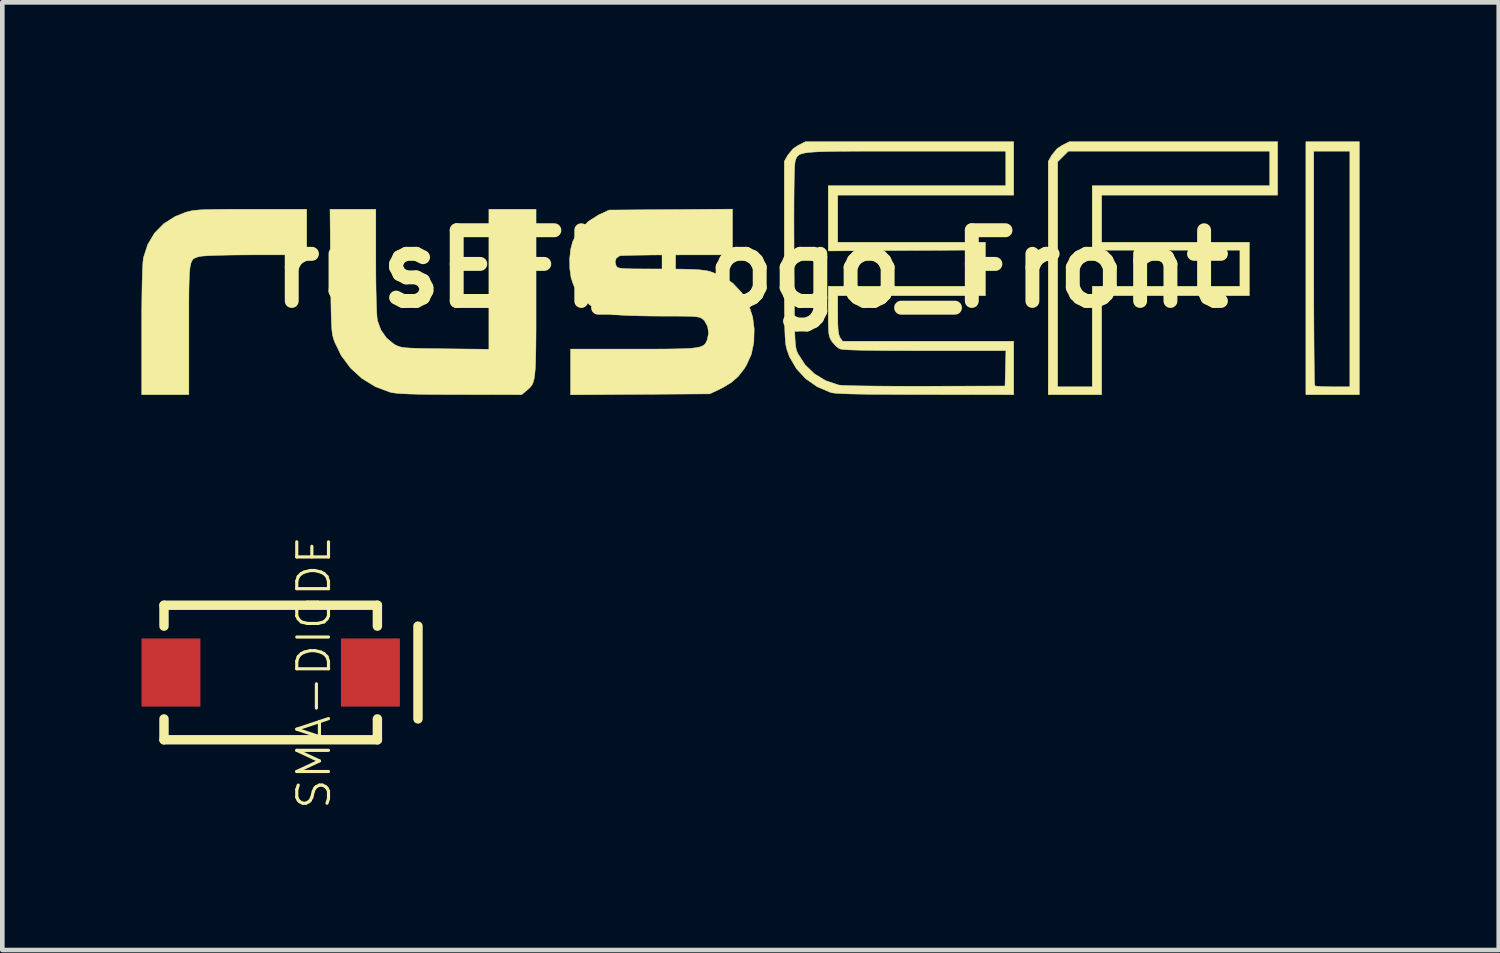
<source format=kicad_pcb>
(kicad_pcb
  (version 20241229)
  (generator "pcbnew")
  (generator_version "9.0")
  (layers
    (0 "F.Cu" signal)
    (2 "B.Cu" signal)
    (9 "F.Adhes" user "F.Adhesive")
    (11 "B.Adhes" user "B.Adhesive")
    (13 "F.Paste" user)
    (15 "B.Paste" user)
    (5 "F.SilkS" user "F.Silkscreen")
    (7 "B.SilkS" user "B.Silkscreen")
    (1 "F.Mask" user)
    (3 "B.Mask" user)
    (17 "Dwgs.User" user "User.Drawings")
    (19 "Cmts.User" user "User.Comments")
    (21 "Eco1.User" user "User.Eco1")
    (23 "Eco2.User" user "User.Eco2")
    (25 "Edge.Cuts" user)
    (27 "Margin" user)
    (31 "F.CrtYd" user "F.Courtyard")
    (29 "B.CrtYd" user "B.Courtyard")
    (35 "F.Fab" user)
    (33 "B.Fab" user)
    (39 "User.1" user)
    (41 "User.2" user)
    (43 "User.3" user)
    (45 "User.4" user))
  (footprint "rusEFI_Logo_Front"
    (layer "F.Cu")
    (at 13.145 2.748)
    (property "Reference" "rusEFI_Logo_Front" (at 0 0 0) (layer "F.SilkS") (effects (font (size 1.524 1.524) (thickness 0.3))))
    (attr through_hole)
    (fp_poly (pts (xy 13.106 2.709) (xy 11.955 2.709) (xy 11.955 -2.54) (xy 12.124 -2.54) (xy 12.124 -0.023) (xy 12.125 0.384) (xy 12.125 0.772) (xy 12.127 1.134) (xy 12.129 1.465) (xy 12.131 1.761) (xy 12.134 2.016) (xy 12.136 2.224) (xy 12.14 2.381) (xy 12.143 2.48) (xy 12.147 2.517) (xy 12.147 2.517) (xy 12.188 2.527) (xy 12.282 2.534) (xy 12.414 2.539) (xy 12.536 2.54) (xy 12.903 2.54) (xy 12.903 -2.54) (xy 12.124 -2.54) (xy 11.955 -2.54) (xy 11.955 -2.743) (xy 13.106 -2.743) (xy 13.106 2.709)) (stroke (width 0.01) (type solid)) (fill yes) (layer "F.SilkS"))
    (fp_poly (pts (xy 11.345 -1.592) (xy 7.552 -1.592) (xy 7.552 -0.576) (xy 10.736 -0.576) (xy 10.736 0.576) (xy 7.552 0.576) (xy 7.552 2.709) (xy 6.401 2.709) (xy 6.402 -2.31) (xy 6.604 -2.31) (xy 6.604 2.54) (xy 7.349 2.54) (xy 7.349 0.373) (xy 10.533 0.373) (xy 10.533 -0.406) (xy 7.349 -0.406) (xy 7.349 -1.795) (xy 11.176 -1.795) (xy 11.176 -2.54) (xy 6.834 -2.54) (xy 6.719 -2.425) (xy 6.604 -2.31) (xy 6.402 -2.31) (xy 6.402 -2.32) (xy 6.478 -2.455) (xy 6.594 -2.595) (xy 6.704 -2.667) (xy 6.855 -2.743) (xy 11.345 -2.743) (xy 11.345 -1.592)) (stroke (width 0.01) (type solid)) (fill yes) (layer "F.SilkS"))
    (fp_poly (pts (xy -9.584 -0.305) (xy -10.676 -0.305) (xy -10.981 -0.303) (xy -11.254 -0.3) (xy -11.488 -0.295) (xy -11.677 -0.288) (xy -11.814 -0.28) (xy -11.89 -0.271) (xy -11.895 -0.269) (xy -11.949 -0.254) (xy -11.994 -0.237) (xy -12.031 -0.213) (xy -12.06 -0.175) (xy -12.082 -0.117) (xy -12.099 -0.033) (xy -12.11 0.082) (xy -12.117 0.236) (xy -12.122 0.433) (xy -12.124 0.681) (xy -12.124 0.985) (xy -12.124 1.311) (xy -12.124 2.709) (xy -13.14 2.709) (xy -13.14 1.322) (xy -13.139 0.917) (xy -13.136 0.567) (xy -13.131 0.276) (xy -13.124 0.044) (xy -13.115 -0.125) (xy -13.105 -0.23) (xy -13.102 -0.244) (xy -13.01 -0.528) (xy -12.864 -0.773) (xy -12.666 -0.975) (xy -12.418 -1.132) (xy -12.189 -1.223) (xy -12.128 -1.24) (xy -12.063 -1.254) (xy -11.987 -1.265) (xy -11.89 -1.273) (xy -11.765 -1.279) (xy -11.605 -1.283) (xy -11.402 -1.285) (xy -11.148 -1.287) (xy -10.835 -1.287) (xy -10.784 -1.287) (xy -9.584 -1.287) (xy -9.584 -0.305)) (stroke (width 0.01) (type solid)) (fill yes) (layer "F.SilkS"))
    (fp_poly (pts (xy -8.094 -0.171) (xy -8.093 0.145) (xy -8.09 0.429) (xy -8.084 0.675) (xy -8.077 0.875) (xy -8.069 1.023) (xy -8.059 1.11) (xy -8.058 1.114) (xy -7.985 1.315) (xy -7.862 1.489) (xy -7.705 1.619) (xy -7.68 1.633) (xy -7.634 1.656) (xy -7.588 1.674) (xy -7.532 1.688) (xy -7.457 1.698) (xy -7.356 1.705) (xy -7.219 1.711) (xy -7.038 1.715) (xy -6.804 1.718) (xy -6.596 1.721) (xy -5.656 1.731) (xy -5.656 -1.287) (xy -4.64 -1.287) (xy -4.64 0.509) (xy -4.64 0.92) (xy -4.64 1.268) (xy -4.642 1.561) (xy -4.645 1.802) (xy -4.65 1.998) (xy -4.657 2.154) (xy -4.668 2.276) (xy -4.682 2.369) (xy -4.701 2.44) (xy -4.724 2.494) (xy -4.753 2.535) (xy -4.787 2.571) (xy -4.827 2.606) (xy -4.841 2.618) (xy -4.95 2.709) (xy -6.276 2.707) (xy -6.635 2.706) (xy -6.931 2.704) (xy -7.173 2.7) (xy -7.367 2.695) (xy -7.518 2.689) (xy -7.634 2.68) (xy -7.72 2.669) (xy -7.784 2.656) (xy -7.786 2.656) (xy -8.106 2.536) (xy -8.393 2.36) (xy -8.64 2.134) (xy -8.84 1.865) (xy -8.982 1.572) (xy -9.001 1.519) (xy -9.016 1.465) (xy -9.029 1.405) (xy -9.039 1.329) (xy -9.046 1.232) (xy -9.053 1.106) (xy -9.057 0.944) (xy -9.061 0.738) (xy -9.064 0.481) (xy -9.067 0.167) (xy -9.069 0.042) (xy -9.081 -1.287) (xy -8.094 -1.287) (xy -8.094 -0.171)) (stroke (width 0.01) (type solid)) (fill yes) (layer "F.SilkS"))
    (fp_poly (pts (xy -0.406 -0.305) (xy -1.583 -0.304) (xy -1.862 -0.304) (xy -2.121 -0.302) (xy -2.353 -0.299) (xy -2.549 -0.296) (xy -2.701 -0.292) (xy -2.8 -0.288) (xy -2.835 -0.284) (xy -2.91 -0.234) (xy -2.936 -0.152) (xy -2.913 -0.069) (xy -2.9 -0.048) (xy -2.878 -0.032) (xy -2.842 -0.02) (xy -2.782 -0.011) (xy -2.69 -0.006) (xy -2.56 -0.002) (xy -2.382 -0.001) (xy -2.149 -0.000049) (xy -1.987 0) (xy -1.691 0.001) (xy -1.455 0.004) (xy -1.268 0.01) (xy -1.123 0.018) (xy -1.011 0.03) (xy -0.923 0.046) (xy -0.896 0.052) (xy -0.625 0.156) (xy -0.393 0.312) (xy -0.203 0.516) (xy -0.061 0.76) (xy 0.03 1.04) (xy 0.062 1.29) (xy 0.054 1.584) (xy -0.000218 1.842) (xy -0.106 2.075) (xy -0.157 2.157) (xy -0.284 2.318) (xy -0.43 2.446) (xy -0.616 2.558) (xy -0.703 2.601) (xy -0.897 2.692) (xy -3.895 2.712) (xy -3.895 1.727) (xy -2.538 1.727) (xy -2.18 1.727) (xy -1.883 1.726) (xy -1.641 1.723) (xy -1.449 1.718) (xy -1.3 1.71) (xy -1.187 1.697) (xy -1.105 1.68) (xy -1.047 1.657) (xy -1.007 1.628) (xy -0.98 1.591) (xy -0.958 1.547) (xy -0.949 1.525) (xy -0.92 1.383) (xy -0.941 1.24) (xy -1.006 1.12) (xy -1.034 1.092) (xy -1.063 1.068) (xy -1.096 1.05) (xy -1.141 1.037) (xy -1.206 1.027) (xy -1.301 1.021) (xy -1.435 1.018) (xy -1.616 1.016) (xy -1.853 1.016) (xy -1.941 1.016) (xy -2.184 1.014) (xy -2.418 1.01) (xy -2.63 1.003) (xy -2.806 0.995) (xy -2.934 0.986) (xy -2.979 0.98) (xy -3.251 0.905) (xy -3.483 0.775) (xy -3.676 0.59) (xy -3.83 0.35) (xy -3.833 0.343) (xy -3.885 0.187) (xy -3.912 -0.009) (xy -3.915 -0.22) (xy -3.894 -0.422) (xy -3.849 -0.592) (xy -3.838 -0.616) (xy -3.701 -0.837) (xy -3.513 -1.025) (xy -3.289 -1.167) (xy -3.277 -1.172) (xy -3.065 -1.27) (xy -1.736 -1.28) (xy -0.406 -1.29) (xy -0.406 -0.305)) (stroke (width 0.01) (type solid)) (fill yes) (layer "F.SilkS"))
    (fp_poly (pts (xy 5.656 -1.592) (xy 1.863 -1.592) (xy 1.863 -0.576) (xy 5.046 -0.576) (xy 5.046 0.576) (xy 1.863 0.576) (xy 1.863 0.992) (xy 1.865 1.183) (xy 1.872 1.319) (xy 1.886 1.41) (xy 1.907 1.469) (xy 1.915 1.483) (xy 1.968 1.558) (xy 5.656 1.558) (xy 5.656 2.709) (xy 3.751 2.707) (xy 3.311 2.706) (xy 2.934 2.704) (xy 2.617 2.702) (xy 2.355 2.698) (xy 2.143 2.694) (xy 1.977 2.688) (xy 1.854 2.681) (xy 1.768 2.673) (xy 1.715 2.663) (xy 1.71 2.662) (xy 1.421 2.538) (xy 1.173 2.366) (xy 0.973 2.15) (xy 0.825 1.896) (xy 0.765 1.73) (xy 0.753 1.682) (xy 0.743 1.623) (xy 0.735 1.546) (xy 0.728 1.446) (xy 0.723 1.317) (xy 0.719 1.154) (xy 0.716 0.951) (xy 0.714 0.703) (xy 0.712 0.404) (xy 0.712 0.049) (xy 0.712 -0.369) (xy 0.712 -0.387) (xy 0.712 -1.098) (xy 0.919 -1.098) (xy 0.92 -0.705) (xy 0.922 -0.287) (xy 0.924 0.127) (xy 0.926 0.478) (xy 0.928 0.773) (xy 0.93 1.017) (xy 0.933 1.215) (xy 0.937 1.373) (xy 0.942 1.497) (xy 0.948 1.592) (xy 0.956 1.663) (xy 0.965 1.717) (xy 0.976 1.758) (xy 0.989 1.792) (xy 1.005 1.826) (xy 1.008 1.831) (xy 1.16 2.067) (xy 1.362 2.261) (xy 1.604 2.408) (xy 1.875 2.499) (xy 1.897 2.503) (xy 1.96 2.509) (xy 2.084 2.514) (xy 2.261 2.519) (xy 2.485 2.522) (xy 2.748 2.525) (xy 3.042 2.527) (xy 3.362 2.528) (xy 3.699 2.528) (xy 3.759 2.528) (xy 5.469 2.523) (xy 5.489 1.761) (xy 3.735 1.761) (xy 3.319 1.76) (xy 2.966 1.759) (xy 2.671 1.756) (xy 2.432 1.753) (xy 2.242 1.748) (xy 2.098 1.743) (xy 1.995 1.736) (xy 1.929 1.727) (xy 1.898 1.718) (xy 1.823 1.662) (xy 1.748 1.577) (xy 1.737 1.561) (xy 1.707 1.513) (xy 1.687 1.463) (xy 1.673 1.399) (xy 1.665 1.308) (xy 1.661 1.178) (xy 1.66 0.997) (xy 1.659 0.909) (xy 1.659 0.373) (xy 4.843 0.373) (xy 4.843 -0.408) (xy 3.251 -0.399) (xy 1.659 -0.389) (xy 1.659 -1.795) (xy 5.486 -1.795) (xy 5.486 -2.54) (xy 3.334 -2.54) (xy 2.884 -2.54) (xy 2.496 -2.54) (xy 2.166 -2.539) (xy 1.89 -2.537) (xy 1.661 -2.533) (xy 1.476 -2.528) (xy 1.329 -2.52) (xy 1.215 -2.51) (xy 1.13 -2.496) (xy 1.069 -2.479) (xy 1.026 -2.458) (xy 0.997 -2.433) (xy 0.977 -2.403) (xy 0.961 -2.369) (xy 0.952 -2.346) (xy 0.943 -2.304) (xy 0.935 -2.222) (xy 0.929 -2.097) (xy 0.925 -1.926) (xy 0.922 -1.705) (xy 0.92 -1.43) (xy 0.919 -1.098) (xy 0.712 -1.098) (xy 0.712 -2.32) (xy 0.788 -2.455) (xy 0.904 -2.595) (xy 1.015 -2.667) (xy 1.166 -2.743) (xy 5.656 -2.743) (xy 5.656 -1.592)) (stroke (width 0.01) (type solid)) (fill yes) (layer "F.SilkS")))
  (footprint "SMA-DIODE"
    (layer "F.Cu")
    (at 2.785 11.447)
    (property "Reference" "SMA-DIODE" (at 1.333 0 270) (layer "F.SilkS") (effects (font (size 0.684 0.684) (thickness 0.068)) (justify bottom)))
    (attr through_hole)
    (fp_line (start -2.3 -1.45) (end 2.3 -1.45) (stroke (width 0.203) (type solid)) (layer "F.SilkS"))
    (fp_line (start -2.3 -1) (end -2.3 -1.45) (stroke (width 0.203) (type solid)) (layer "F.SilkS"))
    (fp_line (start -2.3 1.45) (end -2.3 1) (stroke (width 0.203) (type solid)) (layer "F.SilkS"))
    (fp_line (start 2.3 -1.45) (end 2.3 -1) (stroke (width 0.203) (type solid)) (layer "F.SilkS"))
    (fp_line (start 2.3 1) (end 2.3 1.45) (stroke (width 0.203) (type solid)) (layer "F.SilkS"))
    (fp_line (start 2.3 1.45) (end -2.3 1.45) (stroke (width 0.203) (type solid)) (layer "F.SilkS"))
    (fp_line (start 3.175 -1) (end 3.175 1) (stroke (width 0.203) (type solid)) (layer "F.SilkS"))
    (pad "A" smd rect (at -2.15 0 180) (size 1.27 1.47) (layers "F.Cu" "F.Mask" "F.Paste"))
    (pad "C" smd rect (at 2.15 0) (size 1.27 1.47) (layers "F.Cu" "F.Mask" "F.Paste")))
  (gr_rect
    (start -3 -3)
    (end 29.257 17.429)
    (stroke (width 0.1) (type default))
    (fill no)
    (layer "Edge.Cuts")))
</source>
